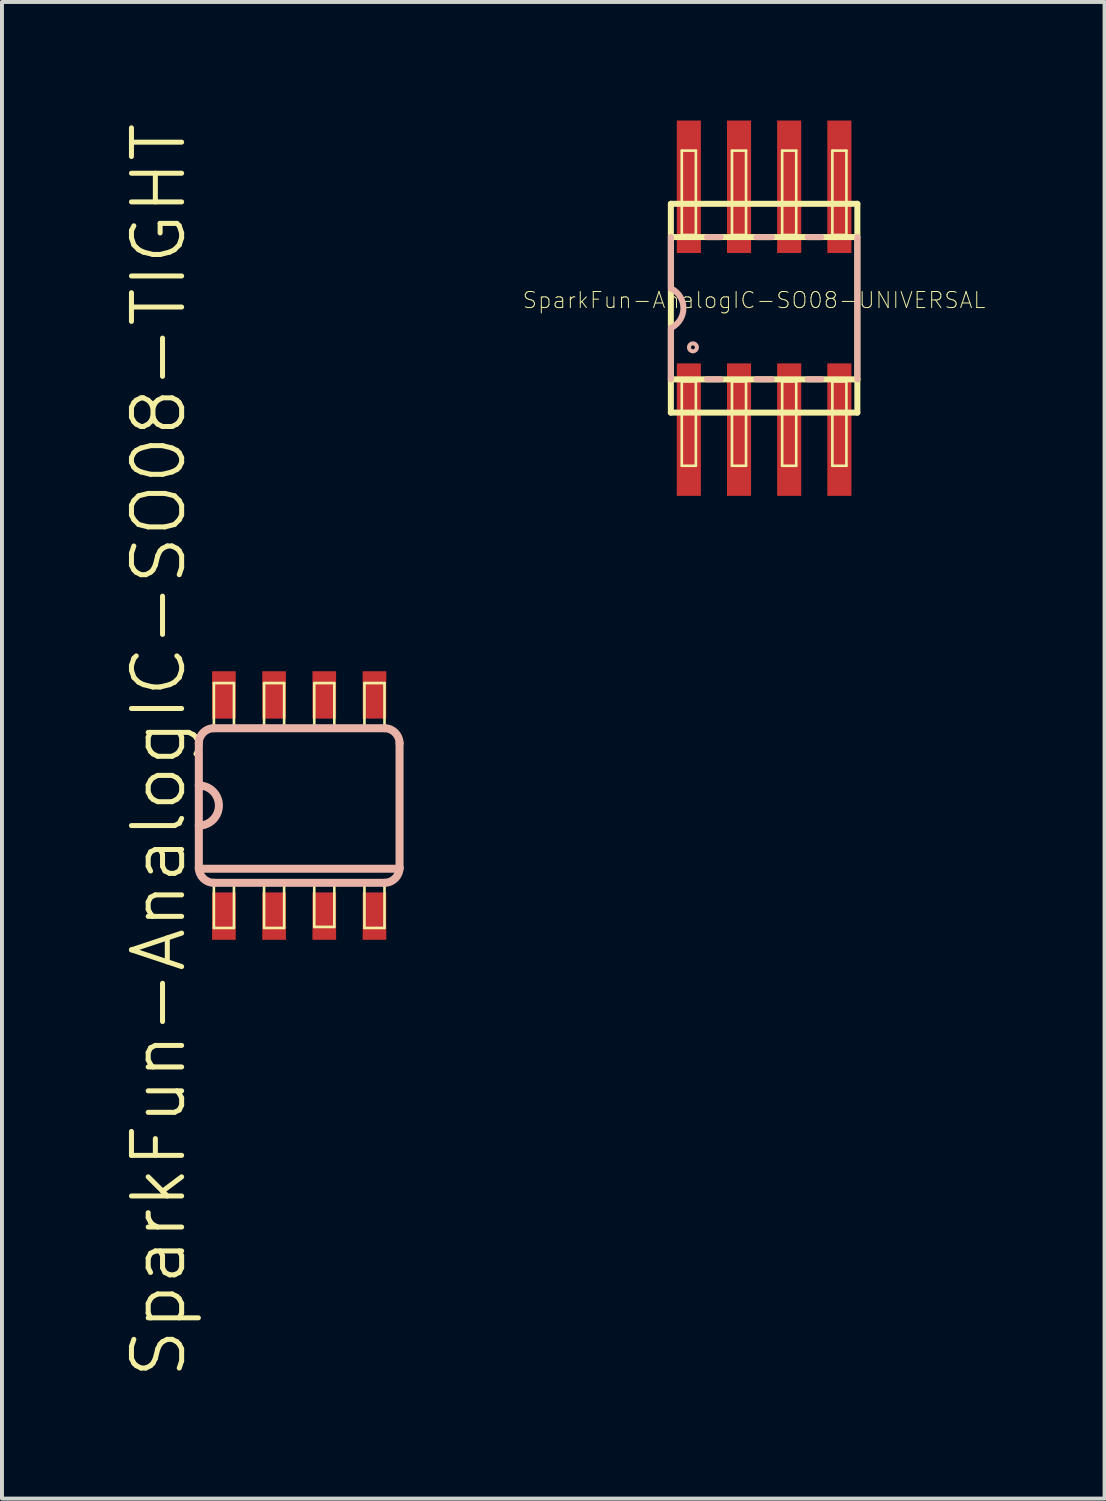
<source format=kicad_pcb>
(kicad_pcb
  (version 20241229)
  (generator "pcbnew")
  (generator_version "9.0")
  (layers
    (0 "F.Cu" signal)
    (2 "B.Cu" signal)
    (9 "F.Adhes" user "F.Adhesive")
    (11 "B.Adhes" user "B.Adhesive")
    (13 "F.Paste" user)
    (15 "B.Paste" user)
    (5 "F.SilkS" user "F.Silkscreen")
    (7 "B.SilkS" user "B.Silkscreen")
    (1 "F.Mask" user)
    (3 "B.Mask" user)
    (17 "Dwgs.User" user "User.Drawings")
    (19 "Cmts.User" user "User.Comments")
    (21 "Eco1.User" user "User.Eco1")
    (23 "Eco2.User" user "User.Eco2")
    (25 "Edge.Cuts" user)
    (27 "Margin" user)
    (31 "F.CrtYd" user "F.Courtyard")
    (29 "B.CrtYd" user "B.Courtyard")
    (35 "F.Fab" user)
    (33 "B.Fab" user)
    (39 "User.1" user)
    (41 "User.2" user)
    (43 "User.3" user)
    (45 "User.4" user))
  (footprint "SparkFun-AnalogIC-SO08-UNIVERSAL"
    (layer "F.Cu")
    (at 16.288 4.75)
    (property "Reference" "SparkFun-AnalogIC-SO08-UNIVERSAL" (at -0.254 -0.203 0) (layer "F.SilkS") (effects (font (size 0.406 0.406) (thickness 0.025))))
    (attr smd)
    (fp_line (start -2.36 -2.642) (end -2.36 1.801) (stroke (width 0.152) (type solid)) (layer "F.SilkS"))
    (fp_line (start -2.36 1.801) (end -2.36 2.642) (stroke (width 0.152) (type solid)) (layer "F.SilkS"))
    (fp_line (start -2.36 1.801) (end 2.36 1.801) (stroke (width 0.152) (type solid)) (layer "F.SilkS"))
    (fp_line (start -2.083 -3.988) (end -1.727 -3.988) (stroke (width 0.066) (type solid)) (layer "F.SilkS"))
    (fp_line (start -2.083 -1.854) (end -2.083 -3.988) (stroke (width 0.066) (type solid)) (layer "F.SilkS"))
    (fp_line (start -2.083 -1.854) (end -1.727 -1.854) (stroke (width 0.066) (type solid)) (layer "F.SilkS"))
    (fp_line (start -2.083 1.854) (end -1.727 1.854) (stroke (width 0.066) (type solid)) (layer "F.SilkS"))
    (fp_line (start -2.083 3.988) (end -2.083 1.854) (stroke (width 0.066) (type solid)) (layer "F.SilkS"))
    (fp_line (start -2.083 3.988) (end -1.727 3.988) (stroke (width 0.066) (type solid)) (layer "F.SilkS"))
    (fp_line (start -1.727 -1.854) (end -1.727 -3.988) (stroke (width 0.066) (type solid)) (layer "F.SilkS"))
    (fp_line (start -1.727 3.988) (end -1.727 1.854) (stroke (width 0.066) (type solid)) (layer "F.SilkS"))
    (fp_line (start -0.813 -3.988) (end -0.457 -3.988) (stroke (width 0.066) (type solid)) (layer "F.SilkS"))
    (fp_line (start -0.813 -1.854) (end -0.813 -3.988) (stroke (width 0.066) (type solid)) (layer "F.SilkS"))
    (fp_line (start -0.813 -1.854) (end -0.457 -1.854) (stroke (width 0.066) (type solid)) (layer "F.SilkS"))
    (fp_line (start -0.813 1.854) (end -0.457 1.854) (stroke (width 0.066) (type solid)) (layer "F.SilkS"))
    (fp_line (start -0.813 3.988) (end -0.813 1.854) (stroke (width 0.066) (type solid)) (layer "F.SilkS"))
    (fp_line (start -0.813 3.988) (end -0.457 3.988) (stroke (width 0.066) (type solid)) (layer "F.SilkS"))
    (fp_line (start -0.457 -1.854) (end -0.457 -3.988) (stroke (width 0.066) (type solid)) (layer "F.SilkS"))
    (fp_line (start -0.457 3.988) (end -0.457 1.854) (stroke (width 0.066) (type solid)) (layer "F.SilkS"))
    (fp_line (start 0.457 -3.988) (end 0.813 -3.988) (stroke (width 0.066) (type solid)) (layer "F.SilkS"))
    (fp_line (start 0.457 -1.854) (end 0.457 -3.988) (stroke (width 0.066) (type solid)) (layer "F.SilkS"))
    (fp_line (start 0.457 -1.854) (end 0.813 -1.854) (stroke (width 0.066) (type solid)) (layer "F.SilkS"))
    (fp_line (start 0.457 1.854) (end 0.813 1.854) (stroke (width 0.066) (type solid)) (layer "F.SilkS"))
    (fp_line (start 0.457 3.988) (end 0.457 1.854) (stroke (width 0.066) (type solid)) (layer "F.SilkS"))
    (fp_line (start 0.457 3.988) (end 0.813 3.988) (stroke (width 0.066) (type solid)) (layer "F.SilkS"))
    (fp_line (start 0.813 -1.854) (end 0.813 -3.988) (stroke (width 0.066) (type solid)) (layer "F.SilkS"))
    (fp_line (start 0.813 3.988) (end 0.813 1.854) (stroke (width 0.066) (type solid)) (layer "F.SilkS"))
    (fp_line (start 1.727 -3.988) (end 2.083 -3.988) (stroke (width 0.066) (type solid)) (layer "F.SilkS"))
    (fp_line (start 1.727 -1.854) (end 1.727 -3.988) (stroke (width 0.066) (type solid)) (layer "F.SilkS"))
    (fp_line (start 1.727 -1.854) (end 2.083 -1.854) (stroke (width 0.066) (type solid)) (layer "F.SilkS"))
    (fp_line (start 1.727 1.854) (end 2.083 1.854) (stroke (width 0.066) (type solid)) (layer "F.SilkS"))
    (fp_line (start 1.727 3.988) (end 1.727 1.854) (stroke (width 0.066) (type solid)) (layer "F.SilkS"))
    (fp_line (start 1.727 3.988) (end 2.083 3.988) (stroke (width 0.066) (type solid)) (layer "F.SilkS"))
    (fp_line (start 2.083 -1.854) (end 2.083 -3.988) (stroke (width 0.066) (type solid)) (layer "F.SilkS"))
    (fp_line (start 2.083 3.988) (end 2.083 1.854) (stroke (width 0.066) (type solid)) (layer "F.SilkS"))
    (fp_line (start 2.36 -2.642) (end -2.36 -2.642) (stroke (width 0.152) (type solid)) (layer "F.SilkS"))
    (fp_line (start 2.36 -2.642) (end 2.36 1.801) (stroke (width 0.152) (type solid)) (layer "F.SilkS"))
    (fp_line (start 2.36 -1.801) (end -2.36 -1.801) (stroke (width 0.152) (type solid)) (layer "F.SilkS"))
    (fp_line (start 2.36 1.801) (end 2.36 2.642) (stroke (width 0.152) (type solid)) (layer "F.SilkS"))
    (fp_line (start 2.36 2.642) (end -2.36 2.642) (stroke (width 0.152) (type solid)) (layer "F.SilkS"))
    (fp_line (start -2.36 -1.801) (end -2.36 -0.495) (stroke (width 0.152) (type solid)) (layer "B.SilkS"))
    (fp_line (start -2.36 0.495) (end -2.36 1.801) (stroke (width 0.152) (type solid)) (layer "B.SilkS"))
    (fp_line (start -1.448 -1.798) (end -1.1 -1.798) (stroke (width 0.152) (type solid)) (layer "B.SilkS"))
    (fp_line (start -1.448 1.798) (end -1.1 1.798) (stroke (width 0.152) (type solid)) (layer "B.SilkS"))
    (fp_line (start -0.198 -1.798) (end 0.198 -1.798) (stroke (width 0.152) (type solid)) (layer "B.SilkS"))
    (fp_line (start -0.198 1.798) (end 0.198 1.798) (stroke (width 0.152) (type solid)) (layer "B.SilkS"))
    (fp_line (start 1.1 -1.798) (end 1.448 -1.798) (stroke (width 0.152) (type solid)) (layer "B.SilkS"))
    (fp_line (start 1.1 1.798) (end 1.448 1.798) (stroke (width 0.152) (type solid)) (layer "B.SilkS"))
    (fp_line (start 2.36 1.801) (end 2.36 -1.801) (stroke (width 0.152) (type solid)) (layer "B.SilkS"))
    (fp_arc (start -2.3495 -0.49784) (mid -2.041818 -0.000339) (end -2.348893 0.497536) (stroke (width 0.1524) (type solid)) (layer "B.SilkS"))
    (fp_circle (center -1.801 0.991) (end -1.872 1.062) (stroke (width 0.102) (type solid)) (fill no) (layer "B.SilkS"))
    (pad "1" smd rect (at -1.905 3.073) (size 0.61 3.353) (layers "F.Cu" "F.Mask" "F.Paste"))
    (pad "2" smd rect (at -0.635 3.073) (size 0.61 3.353) (layers "F.Cu" "F.Mask" "F.Paste"))
    (pad "3" smd rect (at 0.635 3.073) (size 0.61 3.353) (layers "F.Cu" "F.Mask" "F.Paste"))
    (pad "4" smd rect (at 1.905 3.073) (size 0.61 3.353) (layers "F.Cu" "F.Mask" "F.Paste"))
    (pad "5" smd rect (at 1.905 -3.073) (size 0.61 3.353) (layers "F.Cu" "F.Mask" "F.Paste"))
    (pad "6" smd rect (at 0.635 -3.073) (size 0.61 3.353) (layers "F.Cu" "F.Mask" "F.Paste"))
    (pad "7" smd rect (at -0.635 -3.073) (size 0.61 3.353) (layers "F.Cu" "F.Mask" "F.Paste"))
    (pad "8" smd rect (at -1.905 -3.073) (size 0.61 3.353) (layers "F.Cu" "F.Mask" "F.Paste")))
  (footprint "SparkFun-AnalogIC-SO08-TIGHT"
    (layer "F.Cu")
    (at 4.522 17.336)
    (property "Reference" "SparkFun-AnalogIC-SO08-TIGHT" (at -3.556 -1.397 90) (layer "F.SilkS") (effects (font (size 1.27 1.27) (thickness 0.127))))
    (attr smd)
    (fp_line (start -2.159 -3.099) (end -1.651 -3.099) (stroke (width 0.066) (type solid)) (layer "F.SilkS"))
    (fp_line (start -2.159 -1.956) (end -2.159 -3.099) (stroke (width 0.066) (type solid)) (layer "F.SilkS"))
    (fp_line (start -2.159 -1.956) (end -1.651 -1.956) (stroke (width 0.066) (type solid)) (layer "F.SilkS"))
    (fp_line (start -2.159 1.956) (end -1.651 1.956) (stroke (width 0.066) (type solid)) (layer "F.SilkS"))
    (fp_line (start -2.159 3.099) (end -2.159 1.956) (stroke (width 0.066) (type solid)) (layer "F.SilkS"))
    (fp_line (start -2.159 3.099) (end -1.651 3.099) (stroke (width 0.066) (type solid)) (layer "F.SilkS"))
    (fp_line (start -1.651 -1.956) (end -1.651 -3.099) (stroke (width 0.066) (type solid)) (layer "F.SilkS"))
    (fp_line (start -1.651 3.099) (end -1.651 1.956) (stroke (width 0.066) (type solid)) (layer "F.SilkS"))
    (fp_line (start -0.889 -3.099) (end -0.381 -3.099) (stroke (width 0.066) (type solid)) (layer "F.SilkS"))
    (fp_line (start -0.889 -1.956) (end -0.889 -3.099) (stroke (width 0.066) (type solid)) (layer "F.SilkS"))
    (fp_line (start -0.889 -1.956) (end -0.381 -1.956) (stroke (width 0.066) (type solid)) (layer "F.SilkS"))
    (fp_line (start -0.889 1.956) (end -0.381 1.956) (stroke (width 0.066) (type solid)) (layer "F.SilkS"))
    (fp_line (start -0.889 3.099) (end -0.889 1.956) (stroke (width 0.066) (type solid)) (layer "F.SilkS"))
    (fp_line (start -0.889 3.099) (end -0.381 3.099) (stroke (width 0.066) (type solid)) (layer "F.SilkS"))
    (fp_line (start -0.381 -1.956) (end -0.381 -3.099) (stroke (width 0.066) (type solid)) (layer "F.SilkS"))
    (fp_line (start -0.381 3.099) (end -0.381 1.956) (stroke (width 0.066) (type solid)) (layer "F.SilkS"))
    (fp_line (start 0.381 -3.099) (end 0.889 -3.099) (stroke (width 0.066) (type solid)) (layer "F.SilkS"))
    (fp_line (start 0.381 -1.956) (end 0.381 -3.099) (stroke (width 0.066) (type solid)) (layer "F.SilkS"))
    (fp_line (start 0.381 -1.956) (end 0.889 -1.956) (stroke (width 0.066) (type solid)) (layer "F.SilkS"))
    (fp_line (start 0.381 1.93) (end 0.889 1.93) (stroke (width 0.066) (type solid)) (layer "F.SilkS"))
    (fp_line (start 0.381 3.073) (end 0.381 1.93) (stroke (width 0.066) (type solid)) (layer "F.SilkS"))
    (fp_line (start 0.381 3.073) (end 0.889 3.073) (stroke (width 0.066) (type solid)) (layer "F.SilkS"))
    (fp_line (start 0.889 -1.956) (end 0.889 -3.099) (stroke (width 0.066) (type solid)) (layer "F.SilkS"))
    (fp_line (start 0.889 3.073) (end 0.889 1.93) (stroke (width 0.066) (type solid)) (layer "F.SilkS"))
    (fp_line (start 1.651 -3.099) (end 2.159 -3.099) (stroke (width 0.066) (type solid)) (layer "F.SilkS"))
    (fp_line (start 1.651 -1.956) (end 1.651 -3.099) (stroke (width 0.066) (type solid)) (layer "F.SilkS"))
    (fp_line (start 1.651 -1.956) (end 2.159 -1.956) (stroke (width 0.066) (type solid)) (layer "F.SilkS"))
    (fp_line (start 1.651 1.956) (end 2.159 1.956) (stroke (width 0.066) (type solid)) (layer "F.SilkS"))
    (fp_line (start 1.651 3.099) (end 1.651 1.956) (stroke (width 0.066) (type solid)) (layer "F.SilkS"))
    (fp_line (start 1.651 3.099) (end 2.159 3.099) (stroke (width 0.066) (type solid)) (layer "F.SilkS"))
    (fp_line (start 2.159 -1.956) (end 2.159 -3.099) (stroke (width 0.066) (type solid)) (layer "F.SilkS"))
    (fp_line (start 2.159 3.099) (end 2.159 1.956) (stroke (width 0.066) (type solid)) (layer "F.SilkS"))
    (fp_line (start -2.54 -1.575) (end -2.54 -0.508) (stroke (width 0.203) (type solid)) (layer "B.SilkS"))
    (fp_line (start -2.54 -0.508) (end -2.54 0.508) (stroke (width 0.203) (type solid)) (layer "B.SilkS"))
    (fp_line (start -2.54 0.508) (end -2.54 1.575) (stroke (width 0.203) (type solid)) (layer "B.SilkS"))
    (fp_line (start -2.54 1.6) (end 2.54 1.6) (stroke (width 0.203) (type solid)) (layer "B.SilkS"))
    (fp_line (start -2.159 1.956) (end 2.159 1.956) (stroke (width 0.203) (type solid)) (layer "B.SilkS"))
    (fp_line (start 2.159 -1.956) (end -2.159 -1.956) (stroke (width 0.203) (type solid)) (layer "B.SilkS"))
    (fp_line (start 2.54 1.575) (end 2.54 -1.575) (stroke (width 0.203) (type solid)) (layer "B.SilkS"))
    (fp_arc (start -2.54 -1.5748) (mid -2.428408 -1.844208) (end -2.159 -1.9558) (stroke (width 0.2032) (type solid)) (layer "B.SilkS"))
    (fp_arc (start -2.54 -0.508) (mid -2.032 0) (end -2.54 0.508) (stroke (width 0.2032) (type solid)) (layer "B.SilkS"))
    (fp_arc (start -2.159 1.9558) (mid -2.428408 1.844208) (end -2.54 1.5748) (stroke (width 0.2032) (type solid)) (layer "B.SilkS"))
    (fp_arc (start 2.159 -1.9558) (mid 2.428408 -1.844208) (end 2.54 -1.5748) (stroke (width 0.2032) (type solid)) (layer "B.SilkS"))
    (fp_arc (start 2.54 1.5748) (mid 2.428408 1.844208) (end 2.159 1.9558) (stroke (width 0.2032) (type solid)) (layer "B.SilkS"))
    (pad "1" smd rect (at -1.905 2.799) (size 0.599 1.199) (layers "F.Cu" "F.Mask" "F.Paste"))
    (pad "2" smd rect (at -0.635 2.799) (size 0.599 1.199) (layers "F.Cu" "F.Mask" "F.Paste"))
    (pad "3" smd rect (at 0.635 2.799) (size 0.599 1.199) (layers "F.Cu" "F.Mask" "F.Paste"))
    (pad "4" smd rect (at 1.905 2.799) (size 0.599 1.199) (layers "F.Cu" "F.Mask" "F.Paste"))
    (pad "5" smd rect (at 1.905 -2.799) (size 0.599 1.199) (layers "F.Cu" "F.Mask" "F.Paste"))
    (pad "6" smd rect (at 0.635 -2.799) (size 0.599 1.199) (layers "F.Cu" "F.Mask" "F.Paste"))
    (pad "7" smd rect (at -0.635 -2.799) (size 0.599 1.199) (layers "F.Cu" "F.Mask" "F.Paste"))
    (pad "8" smd rect (at -1.905 -2.799) (size 0.599 1.199) (layers "F.Cu" "F.Mask" "F.Paste")))
  (gr_rect
    (start -3 -3)
    (end 24.905 34.877)
    (stroke (width 0.1) (type default))
    (fill no)
    (layer "Edge.Cuts")))
</source>
